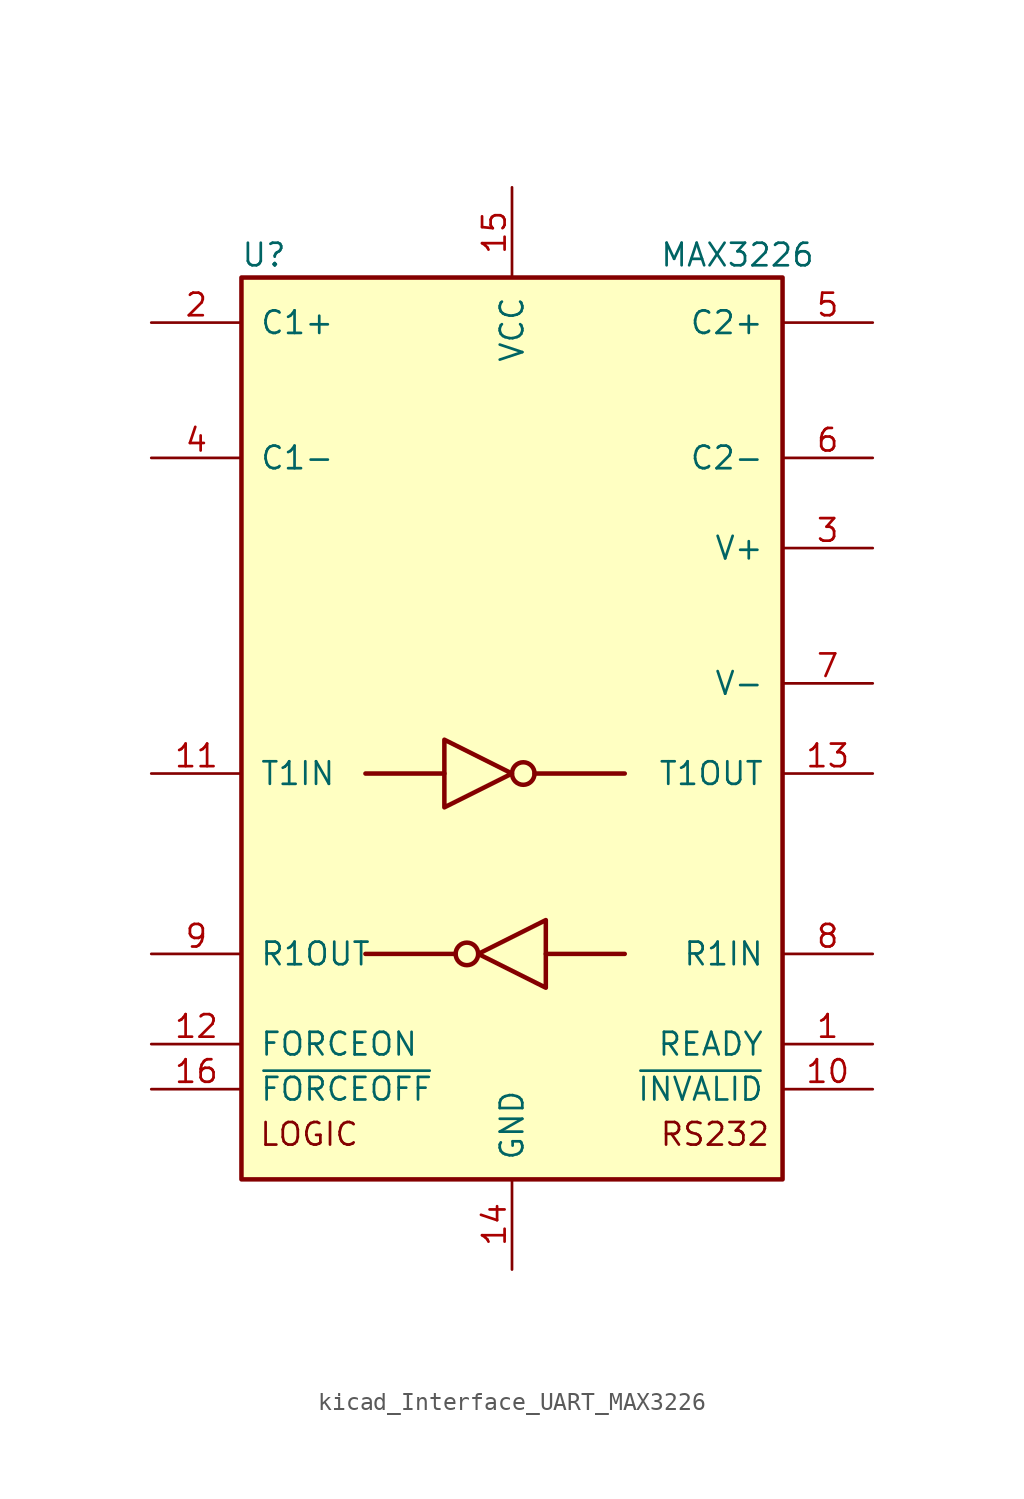
<source format=kicad_sym>
(kicad_symbol_lib
  (version 20220914)
  (generator kicad_symbol_editor)
  (symbol "kicad_Interface_UART_MAX3226"
    (pin_names
      (offset 1.016))
    (property "Reference" "U"
      (at -13.97 26.67 0)
      (effects (font (size 1.27 1.27))))
    (property "Value" "MAX3226"
      (at 12.7 26.67 0)
      (effects (font (size 1.27 1.27))))
    (symbol "kicad_Interface_UART_MAX3226_0_0"
      (text "LOGIC" (at -11.43 -22.86 0) (effects (font (size 1.27 1.27))))
      (text "RS232" (at 11.43 -22.86 0) (effects (font (size 1.27 1.27)))))
    (symbol "kicad_Interface_UART_MAX3226_0_1"
      (rectangle (start -15.24 -25.4) (end 15.24 25.4) (stroke (width 0.254) (type default)) (fill (type background)))
      (circle (center -2.54 -12.7) (radius 0.635) (stroke (width 0.254) (type default)) (fill (type none)))
      (polyline (pts (xy -3.81 -2.54) (xy -8.255 -2.54)) (stroke (width 0.254) (type default)) (fill (type none)))
      (polyline (pts (xy -3.175 -12.7) (xy -8.255 -12.7)) (stroke (width 0.254) (type default)) (fill (type none)))
      (polyline (pts (xy 1.27 -2.54) (xy 6.35 -2.54)) (stroke (width 0.254) (type default)) (fill (type none)))
      (polyline (pts (xy 1.905 -12.7) (xy 6.35 -12.7)) (stroke (width 0.254) (type default)) (fill (type none)))
      (polyline (pts (xy -3.81 -0.635) (xy -3.81 -4.445) (xy 0 -2.54) (xy -3.81 -0.635)) (stroke (width 0.254) (type default)) (fill (type none)))
      (polyline (pts (xy 1.905 -10.795) (xy 1.905 -14.605) (xy -1.905 -12.7) (xy 1.905 -10.795)) (stroke (width 0.254) (type default)) (fill (type none)))
      (circle (center 0.635 -2.54) (radius 0.635) (stroke (width 0.254) (type default)) (fill (type none))))
    (symbol "kicad_Interface_UART_MAX3226_1_1"
      (pin output line (at 20.32 -17.78 180) (length 5.08) (name "READY" (effects (font (size 1.27 1.27)))) (number "1" (effects (font (size 1.27 1.27)))))
      (pin output line (at 20.32 -20.32 180) (length 5.08) (name "~{INVALID}" (effects (font (size 1.27 1.27)))) (number "10" (effects (font (size 1.27 1.27)))))
      (pin input line (at -20.32 -2.54 0) (length 5.08) (name "T1IN" (effects (font (size 1.27 1.27)))) (number "11" (effects (font (size 1.27 1.27)))))
      (pin input line (at -20.32 -17.78 0) (length 5.08) (name "FORCEON" (effects (font (size 1.27 1.27)))) (number "12" (effects (font (size 1.27 1.27)))))
      (pin output line (at 20.32 -2.54 180) (length 5.08) (name "T1OUT" (effects (font (size 1.27 1.27)))) (number "13" (effects (font (size 1.27 1.27)))))
      (pin power_in line (at 0 -30.48 90) (length 5.08) (name "GND" (effects (font (size 1.27 1.27)))) (number "14" (effects (font (size 1.27 1.27)))))
      (pin power_in line (at 0 30.48 270) (length 5.08) (name "VCC" (effects (font (size 1.27 1.27)))) (number "15" (effects (font (size 1.27 1.27)))))
      (pin input line (at -20.32 -20.32 0) (length 5.08) (name "~{FORCEOFF}" (effects (font (size 1.27 1.27)))) (number "16" (effects (font (size 1.27 1.27)))))
      (pin passive line (at -20.32 22.86 0) (length 5.08) (name "C1+" (effects (font (size 1.27 1.27)))) (number "2" (effects (font (size 1.27 1.27)))))
      (pin power_out line (at 20.32 10.16 180) (length 5.08) (name "V+" (effects (font (size 1.27 1.27)))) (number "3" (effects (font (size 1.27 1.27)))))
      (pin passive line (at -20.32 15.24 0) (length 5.08) (name "C1-" (effects (font (size 1.27 1.27)))) (number "4" (effects (font (size 1.27 1.27)))))
      (pin passive line (at 20.32 22.86 180) (length 5.08) (name "C2+" (effects (font (size 1.27 1.27)))) (number "5" (effects (font (size 1.27 1.27)))))
      (pin passive line (at 20.32 15.24 180) (length 5.08) (name "C2-" (effects (font (size 1.27 1.27)))) (number "6" (effects (font (size 1.27 1.27)))))
      (pin power_out line (at 20.32 2.54 180) (length 5.08) (name "V-" (effects (font (size 1.27 1.27)))) (number "7" (effects (font (size 1.27 1.27)))))
      (pin input line (at 20.32 -12.7 180) (length 5.08) (name "R1IN" (effects (font (size 1.27 1.27)))) (number "8" (effects (font (size 1.27 1.27)))))
      (pin output line (at -20.32 -12.7 0) (length 5.08) (name "R1OUT" (effects (font (size 1.27 1.27)))) (number "9" (effects (font (size 1.27 1.27))))))))
</source>
